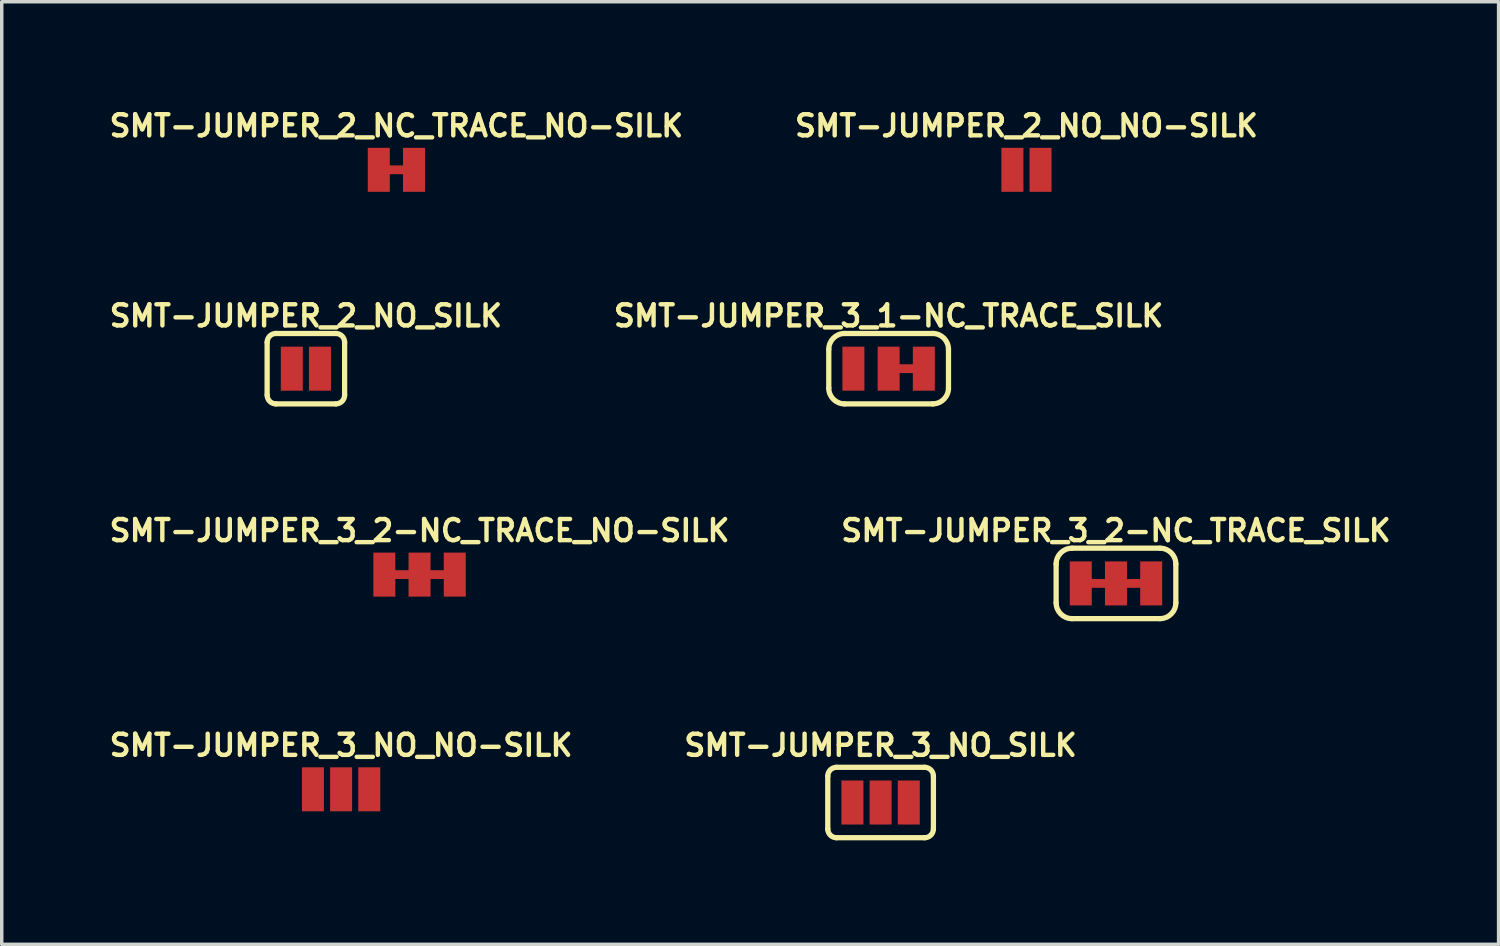
<source format=kicad_pcb>
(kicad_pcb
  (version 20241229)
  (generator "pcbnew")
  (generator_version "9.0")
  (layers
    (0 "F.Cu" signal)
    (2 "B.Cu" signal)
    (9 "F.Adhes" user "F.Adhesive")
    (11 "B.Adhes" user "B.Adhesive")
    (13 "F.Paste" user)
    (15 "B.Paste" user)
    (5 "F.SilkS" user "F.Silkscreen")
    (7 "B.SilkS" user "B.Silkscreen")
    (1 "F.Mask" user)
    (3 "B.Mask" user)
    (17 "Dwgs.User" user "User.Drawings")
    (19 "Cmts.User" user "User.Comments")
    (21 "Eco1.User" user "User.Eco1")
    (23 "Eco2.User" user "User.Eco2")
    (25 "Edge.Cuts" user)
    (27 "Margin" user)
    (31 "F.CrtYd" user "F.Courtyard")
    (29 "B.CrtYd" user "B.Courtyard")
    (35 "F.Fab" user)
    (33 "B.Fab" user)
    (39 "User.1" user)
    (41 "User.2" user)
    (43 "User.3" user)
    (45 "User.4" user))
  (footprint "SMT-JUMPER_2_NC_TRACE_NO-SILK"
    (layer "F.Cu")
    (at 8.388 1.85)
    (property "Reference" "SMT-JUMPER_2_NC_TRACE_NO-SILK" (at 0 -1.27 0) (layer "F.SilkS") (effects (font (size 0.61 0.61) (thickness 0.127))))
    (attr smd)
    (fp_line (start -0.508 0) (end 0.508 0) (stroke (width 0.254) (type solid)) (layer "F.Cu"))
    (pad "1" smd rect (at -0.508 0) (size 0.635 1.27) (layers "F.Cu" "F.Mask" "F.Paste"))
    (pad "2" smd rect (at 0.508 0) (size 0.635 1.27) (layers "F.Cu" "F.Mask" "F.Paste")))
  (footprint "SMT-JUMPER_3_2-NC_TRACE_SILK"
    (layer "F.Cu")
    (at 29.151 13.784)
    (property "Reference" "SMT-JUMPER_3_2-NC_TRACE_SILK" (at 0 -1.524 0) (layer "F.SilkS") (effects (font (size 0.61 0.61) (thickness 0.127))))
    (attr smd)
    (fp_line (start 0 0) (end -1.016 0) (stroke (width 0.254) (type solid)) (layer "F.Cu"))
    (fp_line (start 0 0) (end 1.016 0) (stroke (width 0.254) (type solid)) (layer "F.Cu"))
    (fp_line (start -1.727 0.559) (end -1.727 -0.559) (stroke (width 0.152) (type solid)) (layer "F.SilkS"))
    (fp_line (start -1.27 -1.016) (end 1.27 -1.016) (stroke (width 0.152) (type solid)) (layer "F.SilkS"))
    (fp_line (start 1.27 1.016) (end -1.27 1.016) (stroke (width 0.152) (type solid)) (layer "F.SilkS"))
    (fp_line (start 1.727 0.559) (end 1.727 -0.559) (stroke (width 0.152) (type solid)) (layer "F.SilkS"))
    (fp_arc (start -1.7272 -0.5588) (mid -1.593289 -0.882089) (end -1.27 -1.016) (stroke (width 0.1524) (type solid)) (layer "F.SilkS"))
    (fp_arc (start -1.27 1.016) (mid -1.593289 0.882089) (end -1.7272 0.5588) (stroke (width 0.1524) (type solid)) (layer "F.SilkS"))
    (fp_arc (start 1.27 -1.016) (mid 1.593289 -0.882089) (end 1.7272 -0.5588) (stroke (width 0.1524) (type solid)) (layer "F.SilkS"))
    (fp_arc (start 1.7272 0.5588) (mid 1.593289 0.882089) (end 1.27 1.016) (stroke (width 0.1524) (type solid)) (layer "F.SilkS"))
    (pad "1" smd rect (at -1.016 0) (size 0.635 1.27) (layers "F.Cu" "F.Mask" "F.Paste"))
    (pad "2" smd rect (at 0 0) (size 0.635 1.27) (layers "F.Cu" "F.Mask" "F.Paste"))
    (pad "3" smd rect (at 1.016 0) (size 0.635 1.27) (layers "F.Cu" "F.Mask" "F.Paste")))
  (footprint "SMT-JUMPER_3_NO_SILK"
    (layer "F.Cu")
    (at 22.359 20.106)
    (property "Reference" "SMT-JUMPER_3_NO_SILK" (at 0 -1.651 0) (layer "F.SilkS") (effects (font (size 0.61 0.61) (thickness 0.127))))
    (attr smd)
    (fp_line (start -1.524 0.762) (end -1.524 -0.762) (stroke (width 0.152) (type solid)) (layer "F.SilkS"))
    (fp_line (start -1.27 -1.016) (end 1.27 -1.016) (stroke (width 0.152) (type solid)) (layer "F.SilkS"))
    (fp_line (start 1.27 1.016) (end -1.27 1.016) (stroke (width 0.152) (type solid)) (layer "F.SilkS"))
    (fp_line (start 1.524 0.762) (end 1.524 -0.762) (stroke (width 0.152) (type solid)) (layer "F.SilkS"))
    (fp_arc (start -1.524 -0.762) (mid -1.449605 -0.941605) (end -1.27 -1.016) (stroke (width 0.1524) (type solid)) (layer "F.SilkS"))
    (fp_arc (start -1.27 1.016) (mid -1.449605 0.941605) (end -1.524 0.762) (stroke (width 0.1524) (type solid)) (layer "F.SilkS"))
    (fp_arc (start 1.27 -1.016) (mid 1.449605 -0.941605) (end 1.524 -0.762) (stroke (width 0.1524) (type solid)) (layer "F.SilkS"))
    (fp_arc (start 1.524 0.762) (mid 1.449605 0.941605) (end 1.27 1.016) (stroke (width 0.1524) (type solid)) (layer "F.SilkS"))
    (pad "1" smd rect (at -0.813 0) (size 0.635 1.27) (layers "F.Cu" "F.Mask" "F.Paste"))
    (pad "2" smd rect (at 0 0) (size 0.635 1.27) (layers "F.Cu" "F.Mask" "F.Paste"))
    (pad "3" smd rect (at 0.813 0) (size 0.635 1.27) (layers "F.Cu" "F.Mask" "F.Paste")))
  (footprint "SMT-JUMPER_3_2-NC_TRACE_NO-SILK"
    (layer "F.Cu")
    (at 9.056 13.53)
    (property "Reference" "SMT-JUMPER_3_2-NC_TRACE_NO-SILK" (at 0 -1.27 0) (layer "F.SilkS") (effects (font (size 0.61 0.61) (thickness 0.127))))
    (attr smd)
    (fp_line (start 0 0) (end -1.016 0) (stroke (width 0.254) (type solid)) (layer "F.Cu"))
    (fp_line (start 0 0) (end 1.016 0) (stroke (width 0.254) (type solid)) (layer "F.Cu"))
    (pad "1" smd rect (at -1.016 0) (size 0.635 1.27) (layers "F.Cu" "F.Mask" "F.Paste"))
    (pad "2" smd rect (at 0 0) (size 0.635 1.27) (layers "F.Cu" "F.Mask" "F.Paste"))
    (pad "3" smd rect (at 1.016 0) (size 0.635 1.27) (layers "F.Cu" "F.Mask" "F.Paste")))
  (footprint "SMT-JUMPER_3_NO_NO-SILK"
    (layer "F.Cu")
    (at 6.792 19.725)
    (property "Reference" "SMT-JUMPER_3_NO_NO-SILK" (at 0 -1.27 0) (layer "F.SilkS") (effects (font (size 0.61 0.61) (thickness 0.127))))
    (attr smd)
    (pad "1" smd rect (at -0.813 0) (size 0.635 1.27) (layers "F.Cu" "F.Mask" "F.Paste"))
    (pad "2" smd rect (at 0 0) (size 0.635 1.27) (layers "F.Cu" "F.Mask" "F.Paste"))
    (pad "3" smd rect (at 0.813 0) (size 0.635 1.27) (layers "F.Cu" "F.Mask" "F.Paste")))
  (footprint "SMT-JUMPER_2_NO_NO-SILK"
    (layer "F.Cu")
    (at 26.568 1.85)
    (property "Reference" "SMT-JUMPER_2_NO_NO-SILK" (at 0 -1.27 0) (layer "F.SilkS") (effects (font (size 0.61 0.61) (thickness 0.127))))
    (attr smd)
    (pad "1" smd rect (at -0.406 0) (size 0.635 1.27) (layers "F.Cu" "F.Mask" "F.Paste"))
    (pad "2" smd rect (at 0.406 0) (size 0.635 1.27) (layers "F.Cu" "F.Mask" "F.Paste")))
  (footprint "SMT-JUMPER_3_1-NC_TRACE_SILK"
    (layer "F.Cu")
    (at 22.591 7.588)
    (property "Reference" "SMT-JUMPER_3_1-NC_TRACE_SILK" (at 0 -1.524 0) (layer "F.SilkS") (effects (font (size 0.61 0.61) (thickness 0.127))))
    (attr smd)
    (fp_line (start 0 0) (end 1.016 0) (stroke (width 0.254) (type solid)) (layer "F.Cu"))
    (fp_line (start -1.727 0.559) (end -1.727 -0.559) (stroke (width 0.152) (type solid)) (layer "F.SilkS"))
    (fp_line (start -1.27 -1.016) (end 1.27 -1.016) (stroke (width 0.152) (type solid)) (layer "F.SilkS"))
    (fp_line (start 1.27 1.016) (end -1.27 1.016) (stroke (width 0.152) (type solid)) (layer "F.SilkS"))
    (fp_line (start 1.727 0.559) (end 1.727 -0.559) (stroke (width 0.152) (type solid)) (layer "F.SilkS"))
    (fp_arc (start -1.7272 -0.5588) (mid -1.593289 -0.882089) (end -1.27 -1.016) (stroke (width 0.1524) (type solid)) (layer "F.SilkS"))
    (fp_arc (start -1.27 1.016) (mid -1.593289 0.882089) (end -1.7272 0.5588) (stroke (width 0.1524) (type solid)) (layer "F.SilkS"))
    (fp_arc (start 1.27 -1.016) (mid 1.593289 -0.882089) (end 1.7272 -0.5588) (stroke (width 0.1524) (type solid)) (layer "F.SilkS"))
    (fp_arc (start 1.7272 0.5588) (mid 1.593289 0.882089) (end 1.27 1.016) (stroke (width 0.1524) (type solid)) (layer "F.SilkS"))
    (pad "1" smd rect (at -1.016 0) (size 0.635 1.27) (layers "F.Cu" "F.Mask" "F.Paste"))
    (pad "2" smd rect (at 0 0) (size 0.635 1.27) (layers "F.Cu" "F.Mask" "F.Paste"))
    (pad "3" smd rect (at 1.016 0) (size 0.635 1.27) (layers "F.Cu" "F.Mask" "F.Paste")))
  (footprint "SMT-JUMPER_2_NO_SILK"
    (layer "F.Cu")
    (at 5.776 7.588)
    (property "Reference" "SMT-JUMPER_2_NO_SILK" (at 0 -1.524 0) (layer "F.SilkS") (effects (font (size 0.61 0.61) (thickness 0.127))))
    (attr smd)
    (fp_line (start -1.118 0.762) (end -1.118 -0.762) (stroke (width 0.152) (type solid)) (layer "F.SilkS"))
    (fp_line (start -0.864 -1.016) (end 0.864 -1.016) (stroke (width 0.152) (type solid)) (layer "F.SilkS"))
    (fp_line (start 0.864 1.016) (end -0.864 1.016) (stroke (width 0.152) (type solid)) (layer "F.SilkS"))
    (fp_line (start 1.118 0.762) (end 1.118 -0.762) (stroke (width 0.152) (type solid)) (layer "F.SilkS"))
    (fp_arc (start -1.1176 -0.762) (mid -1.043205 -0.941605) (end -0.8636 -1.016) (stroke (width 0.1524) (type solid)) (layer "F.SilkS"))
    (fp_arc (start -0.8636 1.016) (mid -1.043205 0.941605) (end -1.1176 0.762) (stroke (width 0.1524) (type solid)) (layer "F.SilkS"))
    (fp_arc (start 0.8636 -1.016) (mid 1.043205 -0.941605) (end 1.1176 -0.762) (stroke (width 0.1524) (type solid)) (layer "F.SilkS"))
    (fp_arc (start 1.1176 0.762) (mid 1.043205 0.941605) (end 0.8636 1.016) (stroke (width 0.1524) (type solid)) (layer "F.SilkS"))
    (pad "1" smd rect (at -0.406 0) (size 0.635 1.27) (layers "F.Cu" "F.Mask" "F.Paste"))
    (pad "2" smd rect (at 0.406 0) (size 0.635 1.27) (layers "F.Cu" "F.Mask" "F.Paste")))
  (gr_rect
    (start -3 -3)
    (end 40.191 24.199)
    (stroke (width 0.1) (type default))
    (fill no)
    (layer "Edge.Cuts")))
</source>
